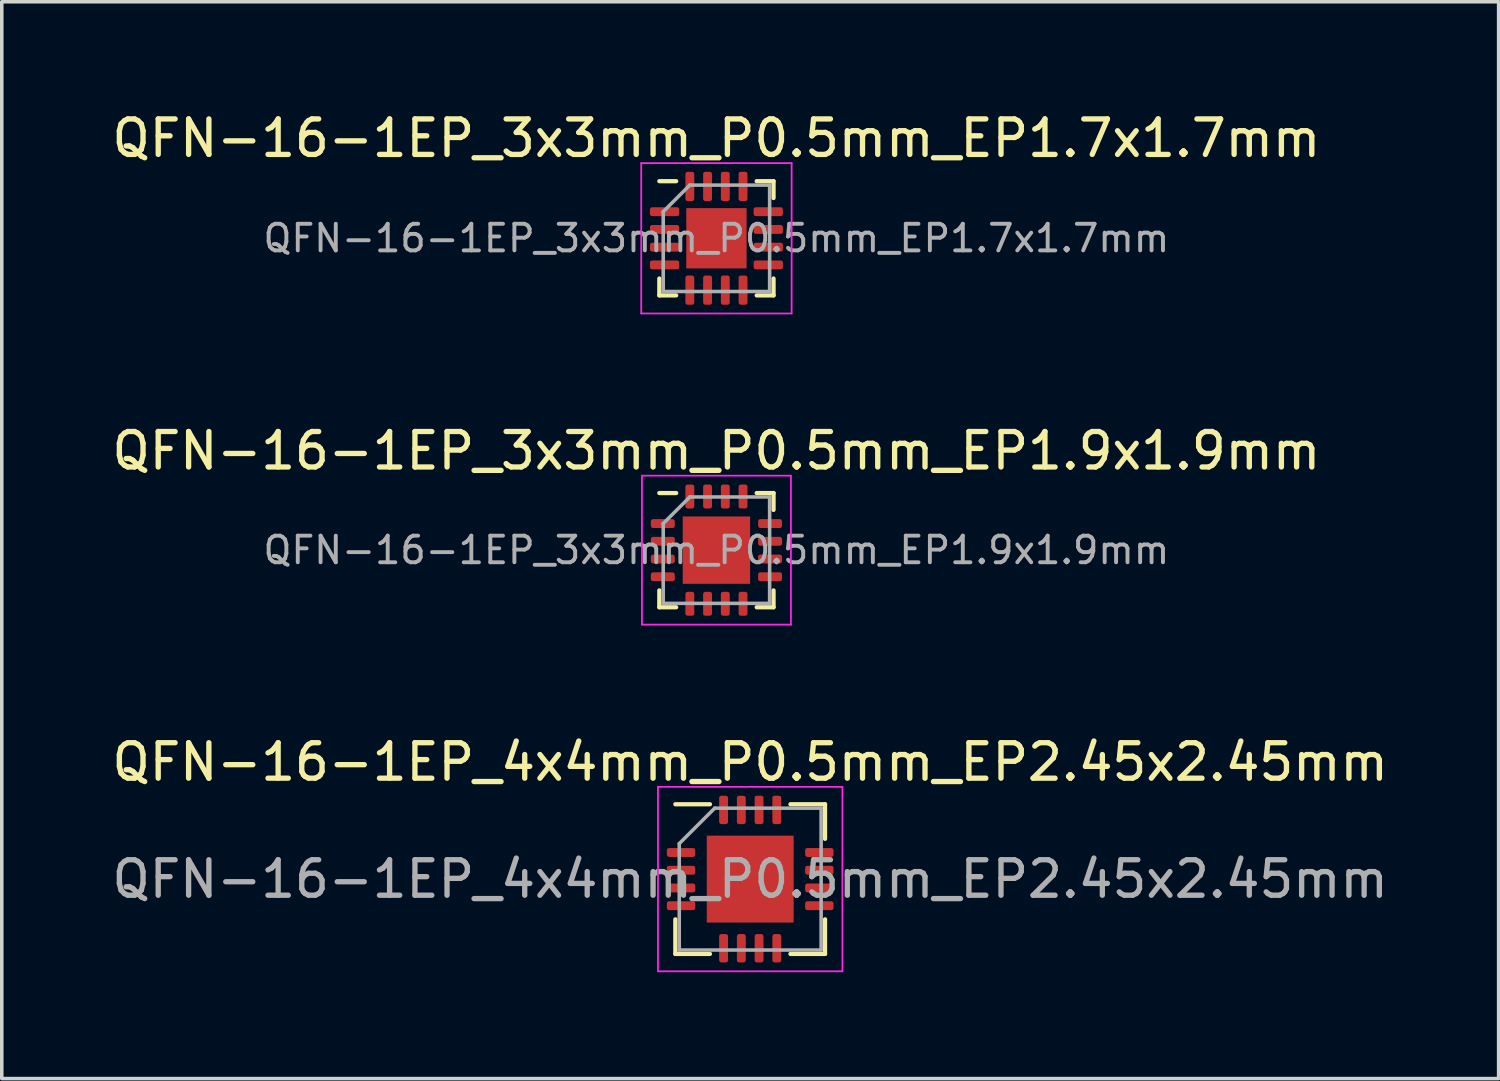
<source format=kicad_pcb>
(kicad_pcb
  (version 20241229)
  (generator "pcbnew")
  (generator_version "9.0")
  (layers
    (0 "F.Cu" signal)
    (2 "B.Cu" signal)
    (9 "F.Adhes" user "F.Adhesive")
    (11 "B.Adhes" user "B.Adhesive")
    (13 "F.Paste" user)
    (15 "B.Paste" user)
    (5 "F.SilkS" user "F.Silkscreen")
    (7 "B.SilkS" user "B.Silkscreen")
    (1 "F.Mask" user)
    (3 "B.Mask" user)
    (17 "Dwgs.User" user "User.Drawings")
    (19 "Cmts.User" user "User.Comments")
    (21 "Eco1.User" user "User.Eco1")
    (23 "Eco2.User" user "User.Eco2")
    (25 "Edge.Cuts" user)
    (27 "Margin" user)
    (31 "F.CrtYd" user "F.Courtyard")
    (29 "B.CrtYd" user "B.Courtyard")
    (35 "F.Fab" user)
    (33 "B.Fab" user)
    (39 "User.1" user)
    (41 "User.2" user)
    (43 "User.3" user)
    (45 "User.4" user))
  (footprint "QFN-16-1EP_3x3mm_P0.5mm_EP1.7x1.7mm"
    (layer "F.Cu")
    (at 17.149 3.668)
    (property "Reference" "QFN-16-1EP_3x3mm_P0.5mm_EP1.7x1.7mm" (at 0 -2.82 0) (layer "F.SilkS") (effects (font (size 1 1) (thickness 0.15))))
    (attr smd)
    (fp_line (start -1.61 1.61) (end -1.61 1.135) (stroke (width 0.12) (type solid)) (layer "F.SilkS"))
    (fp_line (start -1.135 -1.61) (end -1.61 -1.61) (stroke (width 0.12) (type solid)) (layer "F.SilkS"))
    (fp_line (start -1.135 1.61) (end -1.61 1.61) (stroke (width 0.12) (type solid)) (layer "F.SilkS"))
    (fp_line (start 1.135 -1.61) (end 1.61 -1.61) (stroke (width 0.12) (type solid)) (layer "F.SilkS"))
    (fp_line (start 1.135 1.61) (end 1.61 1.61) (stroke (width 0.12) (type solid)) (layer "F.SilkS"))
    (fp_line (start 1.61 -1.61) (end 1.61 -1.135) (stroke (width 0.12) (type solid)) (layer "F.SilkS"))
    (fp_line (start 1.61 1.61) (end 1.61 1.135) (stroke (width 0.12) (type solid)) (layer "F.SilkS"))
    (fp_line (start -2.12 -2.12) (end -2.12 2.12) (stroke (width 0.05) (type solid)) (layer "F.CrtYd"))
    (fp_line (start -2.12 2.12) (end 2.12 2.12) (stroke (width 0.05) (type solid)) (layer "F.CrtYd"))
    (fp_line (start 2.12 -2.12) (end -2.12 -2.12) (stroke (width 0.05) (type solid)) (layer "F.CrtYd"))
    (fp_line (start 2.12 2.12) (end 2.12 -2.12) (stroke (width 0.05) (type solid)) (layer "F.CrtYd"))
    (fp_line (start -1.5 -0.75) (end -0.75 -1.5) (stroke (width 0.1) (type solid)) (layer "F.Fab"))
    (fp_line (start -1.5 1.5) (end -1.5 -0.75) (stroke (width 0.1) (type solid)) (layer "F.Fab"))
    (fp_line (start -0.75 -1.5) (end 1.5 -1.5) (stroke (width 0.1) (type solid)) (layer "F.Fab"))
    (fp_line (start 1.5 -1.5) (end 1.5 1.5) (stroke (width 0.1) (type solid)) (layer "F.Fab"))
    (fp_line (start 1.5 1.5) (end -1.5 1.5) (stroke (width 0.1) (type solid)) (layer "F.Fab"))
    (fp_text user "${REFERENCE}" (at 0 0 0) (layer "F.Fab") (effects (font (size 0.75 0.75) (thickness 0.11))))
    (pad "" smd roundrect (at -0.425 -0.425) (size 0.69 0.69) (layers "F.Paste") (roundrect_rratio 0.25))
    (pad "" smd roundrect (at -0.425 0.425) (size 0.69 0.69) (layers "F.Paste") (roundrect_rratio 0.25))
    (pad "" smd roundrect (at 0.425 -0.425) (size 0.69 0.69) (layers "F.Paste") (roundrect_rratio 0.25))
    (pad "" smd roundrect (at 0.425 0.425) (size 0.69 0.69) (layers "F.Paste") (roundrect_rratio 0.25))
    (pad "1" smd roundrect (at -1.462 -0.75) (size 0.825 0.25) (layers "F.Cu" "F.Mask" "F.Paste") (roundrect_rratio 0.25))
    (pad "2" smd roundrect (at -1.462 -0.25) (size 0.825 0.25) (layers "F.Cu" "F.Mask" "F.Paste") (roundrect_rratio 0.25))
    (pad "3" smd roundrect (at -1.462 0.25) (size 0.825 0.25) (layers "F.Cu" "F.Mask" "F.Paste") (roundrect_rratio 0.25))
    (pad "4" smd roundrect (at -1.462 0.75) (size 0.825 0.25) (layers "F.Cu" "F.Mask" "F.Paste") (roundrect_rratio 0.25))
    (pad "5" smd roundrect (at -0.75 1.462) (size 0.25 0.825) (layers "F.Cu" "F.Mask" "F.Paste") (roundrect_rratio 0.25))
    (pad "6" smd roundrect (at -0.25 1.462) (size 0.25 0.825) (layers "F.Cu" "F.Mask" "F.Paste") (roundrect_rratio 0.25))
    (pad "7" smd roundrect (at 0.25 1.462) (size 0.25 0.825) (layers "F.Cu" "F.Mask" "F.Paste") (roundrect_rratio 0.25))
    (pad "8" smd roundrect (at 0.75 1.462) (size 0.25 0.825) (layers "F.Cu" "F.Mask" "F.Paste") (roundrect_rratio 0.25))
    (pad "9" smd roundrect (at 1.462 0.75) (size 0.825 0.25) (layers "F.Cu" "F.Mask" "F.Paste") (roundrect_rratio 0.25))
    (pad "10" smd roundrect (at 1.462 0.25) (size 0.825 0.25) (layers "F.Cu" "F.Mask" "F.Paste") (roundrect_rratio 0.25))
    (pad "11" smd roundrect (at 1.462 -0.25) (size 0.825 0.25) (layers "F.Cu" "F.Mask" "F.Paste") (roundrect_rratio 0.25))
    (pad "12" smd roundrect (at 1.462 -0.75) (size 0.825 0.25) (layers "F.Cu" "F.Mask" "F.Paste") (roundrect_rratio 0.25))
    (pad "13" smd roundrect (at 0.75 -1.462) (size 0.25 0.825) (layers "F.Cu" "F.Mask" "F.Paste") (roundrect_rratio 0.25))
    (pad "14" smd roundrect (at 0.25 -1.462) (size 0.25 0.825) (layers "F.Cu" "F.Mask" "F.Paste") (roundrect_rratio 0.25))
    (pad "15" smd roundrect (at -0.25 -1.462) (size 0.25 0.825) (layers "F.Cu" "F.Mask" "F.Paste") (roundrect_rratio 0.25))
    (pad "16" smd roundrect (at -0.75 -1.462) (size 0.25 0.825) (layers "F.Cu" "F.Mask" "F.Paste") (roundrect_rratio 0.25))
    (pad "17" smd rect (at 0 0) (size 1.7 1.7) (layers "F.Cu" "F.Mask")))
  (footprint "QFN-16-1EP_3x3mm_P0.5mm_EP1.9x1.9mm"
    (layer "F.Cu")
    (at 17.149 12.461)
    (property "Reference" "QFN-16-1EP_3x3mm_P0.5mm_EP1.9x1.9mm" (at 0 -2.8 0) (layer "F.SilkS") (effects (font (size 1 1) (thickness 0.15))))
    (attr smd)
    (fp_line (start -1.61 1.61) (end -1.61 1.135) (stroke (width 0.12) (type solid)) (layer "F.SilkS"))
    (fp_line (start -1.135 -1.61) (end -1.61 -1.61) (stroke (width 0.12) (type solid)) (layer "F.SilkS"))
    (fp_line (start -1.135 1.61) (end -1.61 1.61) (stroke (width 0.12) (type solid)) (layer "F.SilkS"))
    (fp_line (start 1.135 -1.61) (end 1.61 -1.61) (stroke (width 0.12) (type solid)) (layer "F.SilkS"))
    (fp_line (start 1.135 1.61) (end 1.61 1.61) (stroke (width 0.12) (type solid)) (layer "F.SilkS"))
    (fp_line (start 1.61 -1.61) (end 1.61 -1.135) (stroke (width 0.12) (type solid)) (layer "F.SilkS"))
    (fp_line (start 1.61 1.61) (end 1.61 1.135) (stroke (width 0.12) (type solid)) (layer "F.SilkS"))
    (fp_line (start -2.1 -2.1) (end -2.1 2.1) (stroke (width 0.05) (type solid)) (layer "F.CrtYd"))
    (fp_line (start -2.1 2.1) (end 2.1 2.1) (stroke (width 0.05) (type solid)) (layer "F.CrtYd"))
    (fp_line (start 2.1 -2.1) (end -2.1 -2.1) (stroke (width 0.05) (type solid)) (layer "F.CrtYd"))
    (fp_line (start 2.1 2.1) (end 2.1 -2.1) (stroke (width 0.05) (type solid)) (layer "F.CrtYd"))
    (fp_line (start -1.5 -0.75) (end -0.75 -1.5) (stroke (width 0.1) (type solid)) (layer "F.Fab"))
    (fp_line (start -1.5 1.5) (end -1.5 -0.75) (stroke (width 0.1) (type solid)) (layer "F.Fab"))
    (fp_line (start -0.75 -1.5) (end 1.5 -1.5) (stroke (width 0.1) (type solid)) (layer "F.Fab"))
    (fp_line (start 1.5 -1.5) (end 1.5 1.5) (stroke (width 0.1) (type solid)) (layer "F.Fab"))
    (fp_line (start 1.5 1.5) (end -1.5 1.5) (stroke (width 0.1) (type solid)) (layer "F.Fab"))
    (fp_text user "${REFERENCE}" (at 0 0 0) (layer "F.Fab") (effects (font (size 0.75 0.75) (thickness 0.11))))
    (pad "" smd roundrect (at -0.475 -0.475) (size 0.77 0.77) (layers "F.Paste") (roundrect_rratio 0.25))
    (pad "" smd roundrect (at -0.475 0.475) (size 0.77 0.77) (layers "F.Paste") (roundrect_rratio 0.25))
    (pad "" smd roundrect (at 0.475 -0.475) (size 0.77 0.77) (layers "F.Paste") (roundrect_rratio 0.25))
    (pad "" smd roundrect (at 0.475 0.475) (size 0.77 0.77) (layers "F.Paste") (roundrect_rratio 0.25))
    (pad "1" smd roundrect (at -1.512 -0.75) (size 0.675 0.25) (layers "F.Cu" "F.Mask" "F.Paste") (roundrect_rratio 0.25))
    (pad "2" smd roundrect (at -1.512 -0.25) (size 0.675 0.25) (layers "F.Cu" "F.Mask" "F.Paste") (roundrect_rratio 0.25))
    (pad "3" smd roundrect (at -1.512 0.25) (size 0.675 0.25) (layers "F.Cu" "F.Mask" "F.Paste") (roundrect_rratio 0.25))
    (pad "4" smd roundrect (at -1.512 0.75) (size 0.675 0.25) (layers "F.Cu" "F.Mask" "F.Paste") (roundrect_rratio 0.25))
    (pad "5" smd roundrect (at -0.75 1.512) (size 0.25 0.675) (layers "F.Cu" "F.Mask" "F.Paste") (roundrect_rratio 0.25))
    (pad "6" smd roundrect (at -0.25 1.512) (size 0.25 0.675) (layers "F.Cu" "F.Mask" "F.Paste") (roundrect_rratio 0.25))
    (pad "7" smd roundrect (at 0.25 1.512) (size 0.25 0.675) (layers "F.Cu" "F.Mask" "F.Paste") (roundrect_rratio 0.25))
    (pad "8" smd roundrect (at 0.75 1.512) (size 0.25 0.675) (layers "F.Cu" "F.Mask" "F.Paste") (roundrect_rratio 0.25))
    (pad "9" smd roundrect (at 1.512 0.75) (size 0.675 0.25) (layers "F.Cu" "F.Mask" "F.Paste") (roundrect_rratio 0.25))
    (pad "10" smd roundrect (at 1.512 0.25) (size 0.675 0.25) (layers "F.Cu" "F.Mask" "F.Paste") (roundrect_rratio 0.25))
    (pad "11" smd roundrect (at 1.512 -0.25) (size 0.675 0.25) (layers "F.Cu" "F.Mask" "F.Paste") (roundrect_rratio 0.25))
    (pad "12" smd roundrect (at 1.512 -0.75) (size 0.675 0.25) (layers "F.Cu" "F.Mask" "F.Paste") (roundrect_rratio 0.25))
    (pad "13" smd roundrect (at 0.75 -1.512) (size 0.25 0.675) (layers "F.Cu" "F.Mask" "F.Paste") (roundrect_rratio 0.25))
    (pad "14" smd roundrect (at 0.25 -1.512) (size 0.25 0.675) (layers "F.Cu" "F.Mask" "F.Paste") (roundrect_rratio 0.25))
    (pad "15" smd roundrect (at -0.25 -1.512) (size 0.25 0.675) (layers "F.Cu" "F.Mask" "F.Paste") (roundrect_rratio 0.25))
    (pad "16" smd roundrect (at -0.75 -1.512) (size 0.25 0.675) (layers "F.Cu" "F.Mask" "F.Paste") (roundrect_rratio 0.25))
    (pad "17" smd rect (at 0 0) (size 1.9 1.9) (layers "F.Cu" "F.Mask")))
  (footprint "QFN-16-1EP_4x4mm_P0.5mm_EP2.45x2.45mm"
    (layer "F.Cu")
    (at 18.101 21.735)
    (property "Reference" "QFN-16-1EP_4x4mm_P0.5mm_EP2.45x2.45mm" (at 0 -3.3 0) (layer "F.SilkS") (effects (font (size 1 1) (thickness 0.15))))
    (attr smd)
    (fp_line (start -2.11 2.11) (end -2.11 1.135) (stroke (width 0.12) (type solid)) (layer "F.SilkS"))
    (fp_line (start -1.135 -2.11) (end -2.11 -2.11) (stroke (width 0.12) (type solid)) (layer "F.SilkS"))
    (fp_line (start -1.135 2.11) (end -2.11 2.11) (stroke (width 0.12) (type solid)) (layer "F.SilkS"))
    (fp_line (start 1.135 -2.11) (end 2.11 -2.11) (stroke (width 0.12) (type solid)) (layer "F.SilkS"))
    (fp_line (start 1.135 2.11) (end 2.11 2.11) (stroke (width 0.12) (type solid)) (layer "F.SilkS"))
    (fp_line (start 2.11 -2.11) (end 2.11 -1.135) (stroke (width 0.12) (type solid)) (layer "F.SilkS"))
    (fp_line (start 2.11 2.11) (end 2.11 1.135) (stroke (width 0.12) (type solid)) (layer "F.SilkS"))
    (fp_line (start -2.6 -2.6) (end -2.6 2.6) (stroke (width 0.05) (type solid)) (layer "F.CrtYd"))
    (fp_line (start -2.6 2.6) (end 2.6 2.6) (stroke (width 0.05) (type solid)) (layer "F.CrtYd"))
    (fp_line (start 2.6 -2.6) (end -2.6 -2.6) (stroke (width 0.05) (type solid)) (layer "F.CrtYd"))
    (fp_line (start 2.6 2.6) (end 2.6 -2.6) (stroke (width 0.05) (type solid)) (layer "F.CrtYd"))
    (fp_line (start -2 -1) (end -1 -2) (stroke (width 0.1) (type solid)) (layer "F.Fab"))
    (fp_line (start -2 2) (end -2 -1) (stroke (width 0.1) (type solid)) (layer "F.Fab"))
    (fp_line (start -1 -2) (end 2 -2) (stroke (width 0.1) (type solid)) (layer "F.Fab"))
    (fp_line (start 2 -2) (end 2 2) (stroke (width 0.1) (type solid)) (layer "F.Fab"))
    (fp_line (start 2 2) (end -2 2) (stroke (width 0.1) (type solid)) (layer "F.Fab"))
    (fp_text user "${REFERENCE}" (at 0 0 0) (layer "F.Fab") (effects (font (size 1 1) (thickness 0.15))))
    (pad "" smd roundrect (at -0.61 -0.61) (size 0.99 0.99) (layers "F.Paste") (roundrect_rratio 0.25))
    (pad "" smd roundrect (at -0.61 0.61) (size 0.99 0.99) (layers "F.Paste") (roundrect_rratio 0.25))
    (pad "" smd roundrect (at 0.61 -0.61) (size 0.99 0.99) (layers "F.Paste") (roundrect_rratio 0.25))
    (pad "" smd roundrect (at 0.61 0.61) (size 0.99 0.99) (layers "F.Paste") (roundrect_rratio 0.25))
    (pad "1" smd roundrect (at -1.95 -0.75) (size 0.8 0.25) (layers "F.Cu" "F.Mask" "F.Paste") (roundrect_rratio 0.25))
    (pad "2" smd roundrect (at -1.95 -0.25) (size 0.8 0.25) (layers "F.Cu" "F.Mask" "F.Paste") (roundrect_rratio 0.25))
    (pad "3" smd roundrect (at -1.95 0.25) (size 0.8 0.25) (layers "F.Cu" "F.Mask" "F.Paste") (roundrect_rratio 0.25))
    (pad "4" smd roundrect (at -1.95 0.75) (size 0.8 0.25) (layers "F.Cu" "F.Mask" "F.Paste") (roundrect_rratio 0.25))
    (pad "5" smd roundrect (at -0.75 1.95) (size 0.25 0.8) (layers "F.Cu" "F.Mask" "F.Paste") (roundrect_rratio 0.25))
    (pad "6" smd roundrect (at -0.25 1.95) (size 0.25 0.8) (layers "F.Cu" "F.Mask" "F.Paste") (roundrect_rratio 0.25))
    (pad "7" smd roundrect (at 0.25 1.95) (size 0.25 0.8) (layers "F.Cu" "F.Mask" "F.Paste") (roundrect_rratio 0.25))
    (pad "8" smd roundrect (at 0.75 1.95) (size 0.25 0.8) (layers "F.Cu" "F.Mask" "F.Paste") (roundrect_rratio 0.25))
    (pad "9" smd roundrect (at 1.95 0.75) (size 0.8 0.25) (layers "F.Cu" "F.Mask" "F.Paste") (roundrect_rratio 0.25))
    (pad "10" smd roundrect (at 1.95 0.25) (size 0.8 0.25) (layers "F.Cu" "F.Mask" "F.Paste") (roundrect_rratio 0.25))
    (pad "11" smd roundrect (at 1.95 -0.25) (size 0.8 0.25) (layers "F.Cu" "F.Mask" "F.Paste") (roundrect_rratio 0.25))
    (pad "12" smd roundrect (at 1.95 -0.75) (size 0.8 0.25) (layers "F.Cu" "F.Mask" "F.Paste") (roundrect_rratio 0.25))
    (pad "13" smd roundrect (at 0.75 -1.95) (size 0.25 0.8) (layers "F.Cu" "F.Mask" "F.Paste") (roundrect_rratio 0.25))
    (pad "14" smd roundrect (at 0.25 -1.95) (size 0.25 0.8) (layers "F.Cu" "F.Mask" "F.Paste") (roundrect_rratio 0.25))
    (pad "15" smd roundrect (at -0.25 -1.95) (size 0.25 0.8) (layers "F.Cu" "F.Mask" "F.Paste") (roundrect_rratio 0.25))
    (pad "16" smd roundrect (at -0.75 -1.95) (size 0.25 0.8) (layers "F.Cu" "F.Mask" "F.Paste") (roundrect_rratio 0.25))
    (pad "17" smd rect (at 0 0) (size 2.45 2.45) (layers "F.Cu" "F.Mask")))
  (gr_rect
    (start -3 -3)
    (end 39.202 27.36)
    (stroke (width 0.1) (type default))
    (fill no)
    (layer "Edge.Cuts")))
</source>
